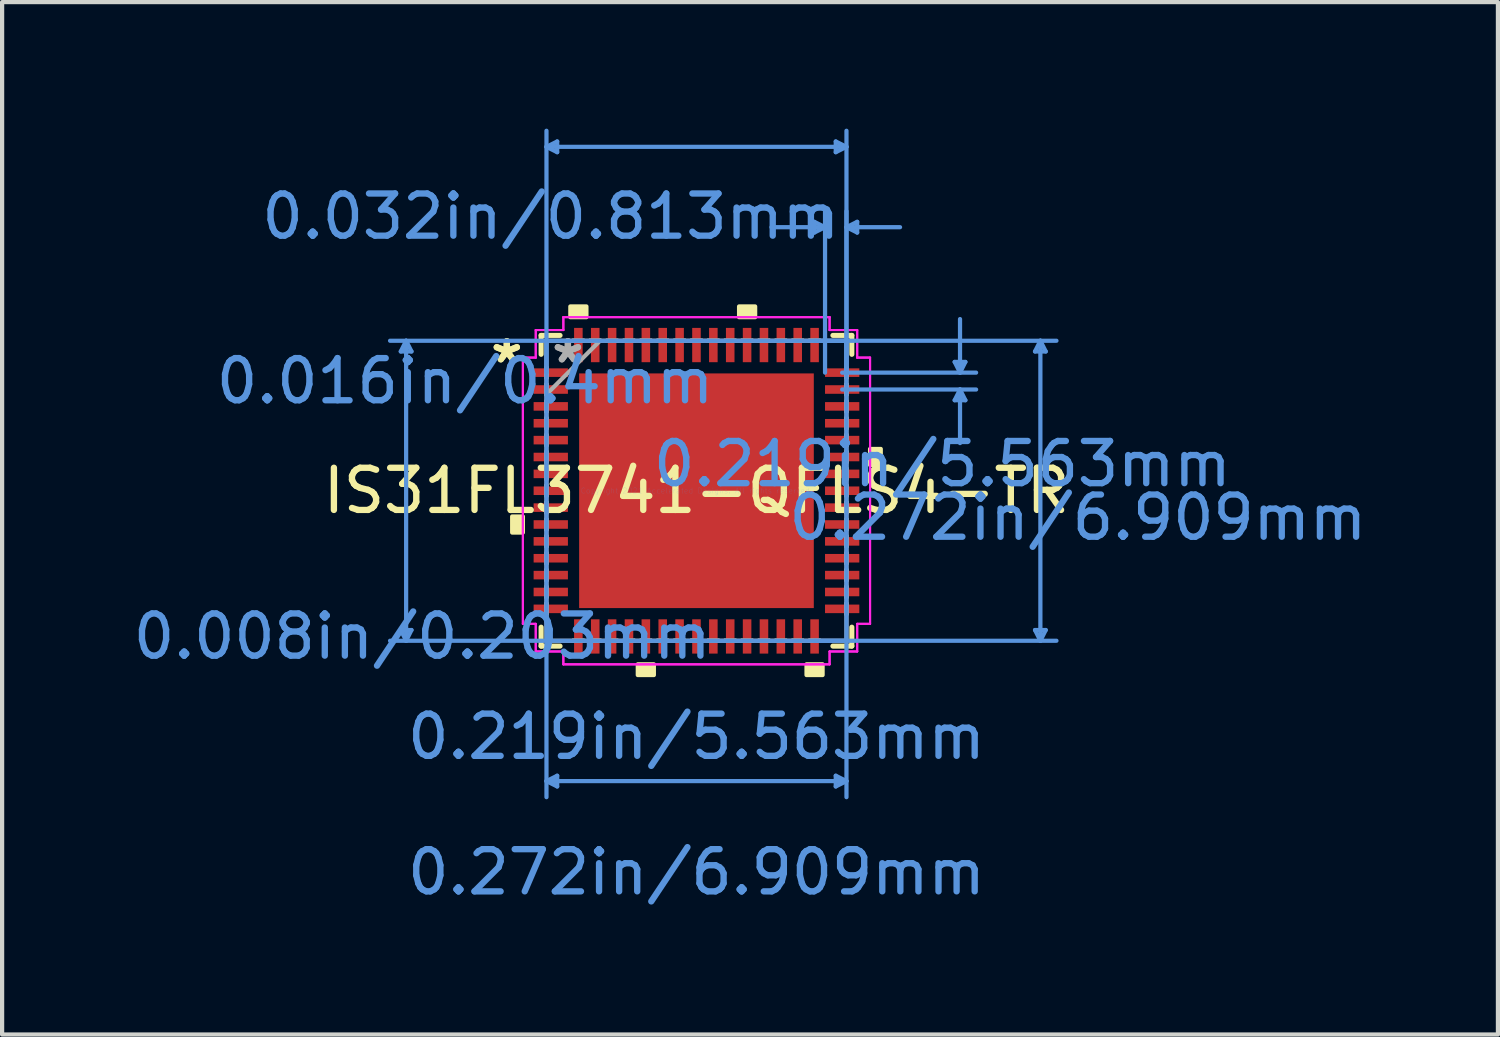
<source format=kicad_pcb>
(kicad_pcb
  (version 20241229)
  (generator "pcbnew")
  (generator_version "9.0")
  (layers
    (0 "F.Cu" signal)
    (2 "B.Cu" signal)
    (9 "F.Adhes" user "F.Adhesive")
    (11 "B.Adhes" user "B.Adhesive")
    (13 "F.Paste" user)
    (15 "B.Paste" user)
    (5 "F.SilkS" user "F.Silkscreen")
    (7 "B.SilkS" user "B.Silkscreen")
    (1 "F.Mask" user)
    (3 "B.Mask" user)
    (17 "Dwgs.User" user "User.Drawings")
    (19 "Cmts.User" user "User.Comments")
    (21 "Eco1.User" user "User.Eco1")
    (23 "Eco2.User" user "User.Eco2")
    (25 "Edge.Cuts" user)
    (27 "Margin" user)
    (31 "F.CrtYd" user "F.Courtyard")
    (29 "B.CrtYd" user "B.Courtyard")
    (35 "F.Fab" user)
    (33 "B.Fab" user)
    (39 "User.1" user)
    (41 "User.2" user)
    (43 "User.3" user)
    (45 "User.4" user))
  (footprint "IS31FL3741-QFLS4-TR"
    (layer "F.Cu")
    (at 13.461 8.584)
    (property "Reference" "IS31FL3741-QFLS4-TR" (at 0 0 0) (layer "F.SilkS") (effects (font (size 1 1) (thickness 0.15))))
    (attr through_hole)
    (fp_line (start -3.683 -3.683) (end -3.683 -3.234) (stroke (width 0.12) (type solid)) (layer "F.SilkS"))
    (fp_line (start -3.683 3.234) (end -3.683 3.683) (stroke (width 0.12) (type solid)) (layer "F.SilkS"))
    (fp_line (start -3.683 3.683) (end -3.234 3.683) (stroke (width 0.12) (type solid)) (layer "F.SilkS"))
    (fp_line (start -3.234 -3.683) (end -3.683 -3.683) (stroke (width 0.12) (type solid)) (layer "F.SilkS"))
    (fp_line (start 3.234 3.683) (end 3.683 3.683) (stroke (width 0.12) (type solid)) (layer "F.SilkS"))
    (fp_line (start 3.683 -3.683) (end 3.234 -3.683) (stroke (width 0.12) (type solid)) (layer "F.SilkS"))
    (fp_line (start 3.683 -3.234) (end 3.683 -3.683) (stroke (width 0.12) (type solid)) (layer "F.SilkS"))
    (fp_line (start 3.683 3.683) (end 3.683 3.234) (stroke (width 0.12) (type solid)) (layer "F.SilkS"))
    (fp_poly (pts (xy -4.369 0.61) (xy -4.369 0.991) (xy -4.115 0.991) (xy -4.115 0.61)) (stroke (width 0.1) (type solid)) (fill yes) (layer "F.SilkS"))
    (fp_poly (pts (xy -2.99 -4.115) (xy -2.99 -4.369) (xy -2.609 -4.369) (xy -2.609 -4.115)) (stroke (width 0.1) (type solid)) (fill yes) (layer "F.SilkS"))
    (fp_poly (pts (xy -1.391 4.115) (xy -1.391 4.369) (xy -1.01 4.369) (xy -1.01 4.115)) (stroke (width 0.1) (type solid)) (fill yes) (layer "F.SilkS"))
    (fp_poly (pts (xy 1.01 -4.115) (xy 1.01 -4.369) (xy 1.391 -4.369) (xy 1.391 -4.115)) (stroke (width 0.1) (type solid)) (fill yes) (layer "F.SilkS"))
    (fp_poly (pts (xy 2.609 4.115) (xy 2.609 4.369) (xy 2.99 4.369) (xy 2.99 4.115)) (stroke (width 0.1) (type solid)) (fill yes) (layer "F.SilkS"))
    (fp_poly (pts (xy 4.369 -0.991) (xy 4.369 -0.61) (xy 4.115 -0.61) (xy 4.115 -0.991)) (stroke (width 0.1) (type solid)) (fill yes) (layer "F.SilkS"))
    (fp_poly (pts (xy -2.681 -2.681) (xy -2.681 -1.491) (xy -1.491 -1.491) (xy -1.491 -2.681)) (stroke (width 0.1) (type solid)) (fill yes) (layer "F.Paste"))
    (fp_poly (pts (xy -2.681 -1.291) (xy -2.681 -0.1) (xy -1.491 -0.1) (xy -1.491 -1.291)) (stroke (width 0.1) (type solid)) (fill yes) (layer "F.Paste"))
    (fp_poly (pts (xy -2.681 0.1) (xy -2.681 1.291) (xy -1.491 1.291) (xy -1.491 0.1)) (stroke (width 0.1) (type solid)) (fill yes) (layer "F.Paste"))
    (fp_poly (pts (xy -2.681 1.491) (xy -2.681 2.681) (xy -1.491 2.681) (xy -1.491 1.491)) (stroke (width 0.1) (type solid)) (fill yes) (layer "F.Paste"))
    (fp_poly (pts (xy -1.291 -2.681) (xy -1.291 -1.491) (xy -0.1 -1.491) (xy -0.1 -2.681)) (stroke (width 0.1) (type solid)) (fill yes) (layer "F.Paste"))
    (fp_poly (pts (xy -1.291 -1.291) (xy -1.291 -0.1) (xy -0.1 -0.1) (xy -0.1 -1.291)) (stroke (width 0.1) (type solid)) (fill yes) (layer "F.Paste"))
    (fp_poly (pts (xy -1.291 0.1) (xy -1.291 1.291) (xy -0.1 1.291) (xy -0.1 0.1)) (stroke (width 0.1) (type solid)) (fill yes) (layer "F.Paste"))
    (fp_poly (pts (xy -1.291 1.491) (xy -1.291 2.681) (xy -0.1 2.681) (xy -0.1 1.491)) (stroke (width 0.1) (type solid)) (fill yes) (layer "F.Paste"))
    (fp_poly (pts (xy 0.1 -2.681) (xy 0.1 -1.491) (xy 1.291 -1.491) (xy 1.291 -2.681)) (stroke (width 0.1) (type solid)) (fill yes) (layer "F.Paste"))
    (fp_poly (pts (xy 0.1 -1.291) (xy 0.1 -0.1) (xy 1.291 -0.1) (xy 1.291 -1.291)) (stroke (width 0.1) (type solid)) (fill yes) (layer "F.Paste"))
    (fp_poly (pts (xy 0.1 0.1) (xy 0.1 1.291) (xy 1.291 1.291) (xy 1.291 0.1)) (stroke (width 0.1) (type solid)) (fill yes) (layer "F.Paste"))
    (fp_poly (pts (xy 0.1 1.491) (xy 0.1 2.681) (xy 1.291 2.681) (xy 1.291 1.491)) (stroke (width 0.1) (type solid)) (fill yes) (layer "F.Paste"))
    (fp_poly (pts (xy 1.491 -2.681) (xy 1.491 -1.491) (xy 2.681 -1.491) (xy 2.681 -2.681)) (stroke (width 0.1) (type solid)) (fill yes) (layer "F.Paste"))
    (fp_poly (pts (xy 1.491 -1.291) (xy 1.491 -0.1) (xy 2.681 -0.1) (xy 2.681 -1.291)) (stroke (width 0.1) (type solid)) (fill yes) (layer "F.Paste"))
    (fp_poly (pts (xy 1.491 0.1) (xy 1.491 1.291) (xy 2.681 1.291) (xy 2.681 0.1)) (stroke (width 0.1) (type solid)) (fill yes) (layer "F.Paste"))
    (fp_poly (pts (xy 1.491 1.491) (xy 1.491 2.681) (xy 2.681 2.681) (xy 2.681 1.491)) (stroke (width 0.1) (type solid)) (fill yes) (layer "F.Paste"))
    (fp_line (start -7.01 -3.302) (end -6.756 -3.302) (stroke (width 0.1) (type solid)) (layer "Cmts.User"))
    (fp_line (start -7.01 3.302) (end -6.756 3.302) (stroke (width 0.1) (type solid)) (layer "Cmts.User"))
    (fp_line (start -6.883 -3.556) (end -7.01 -3.302) (stroke (width 0.1) (type solid)) (layer "Cmts.User"))
    (fp_line (start -6.883 -3.556) (end -6.883 3.556) (stroke (width 0.1) (type solid)) (layer "Cmts.User"))
    (fp_line (start -6.883 -3.556) (end -6.756 -3.302) (stroke (width 0.1) (type solid)) (layer "Cmts.User"))
    (fp_line (start -6.883 3.556) (end -7.01 3.302) (stroke (width 0.1) (type solid)) (layer "Cmts.User"))
    (fp_line (start -6.883 3.556) (end -6.756 3.302) (stroke (width 0.1) (type solid)) (layer "Cmts.User"))
    (fp_line (start -3.556 -8.153) (end -3.302 -8.28) (stroke (width 0.1) (type solid)) (layer "Cmts.User"))
    (fp_line (start -3.556 -8.153) (end -3.302 -8.026) (stroke (width 0.1) (type solid)) (layer "Cmts.User"))
    (fp_line (start -3.556 -8.153) (end 3.556 -8.153) (stroke (width 0.1) (type solid)) (layer "Cmts.User"))
    (fp_line (start -3.556 -3.556) (end -3.556 7.264) (stroke (width 0.1) (type solid)) (layer "Cmts.User"))
    (fp_line (start -3.556 -2.8) (end -3.556 -8.534) (stroke (width 0.1) (type solid)) (layer "Cmts.User"))
    (fp_line (start -3.556 6.883) (end -3.302 6.756) (stroke (width 0.1) (type solid)) (layer "Cmts.User"))
    (fp_line (start -3.556 6.883) (end -3.302 7.01) (stroke (width 0.1) (type solid)) (layer "Cmts.User"))
    (fp_line (start -3.556 6.883) (end 3.556 6.883) (stroke (width 0.1) (type solid)) (layer "Cmts.User"))
    (fp_line (start -3.302 -8.28) (end -3.302 -8.026) (stroke (width 0.1) (type solid)) (layer "Cmts.User"))
    (fp_line (start -3.302 6.756) (end -3.302 7.01) (stroke (width 0.1) (type solid)) (layer "Cmts.User"))
    (fp_line (start 2.794 -6.375) (end 2.794 -6.121) (stroke (width 0.1) (type solid)) (layer "Cmts.User"))
    (fp_line (start 2.8 -3.556) (end 8.534 -3.556) (stroke (width 0.1) (type solid)) (layer "Cmts.User"))
    (fp_line (start 2.8 3.556) (end 8.534 3.556) (stroke (width 0.1) (type solid)) (layer "Cmts.User"))
    (fp_line (start 3.048 -6.248) (end 1.778 -6.248) (stroke (width 0.1) (type solid)) (layer "Cmts.User"))
    (fp_line (start 3.048 -6.248) (end 2.794 -6.375) (stroke (width 0.1) (type solid)) (layer "Cmts.User"))
    (fp_line (start 3.048 -6.248) (end 2.794 -6.121) (stroke (width 0.1) (type solid)) (layer "Cmts.User"))
    (fp_line (start 3.048 -2.8) (end 3.048 -6.629) (stroke (width 0.1) (type solid)) (layer "Cmts.User"))
    (fp_line (start 3.302 -8.28) (end 3.302 -8.026) (stroke (width 0.1) (type solid)) (layer "Cmts.User"))
    (fp_line (start 3.302 6.756) (end 3.302 7.01) (stroke (width 0.1) (type solid)) (layer "Cmts.User"))
    (fp_line (start 3.454 -2.8) (end 6.629 -2.8) (stroke (width 0.1) (type solid)) (layer "Cmts.User"))
    (fp_line (start 3.454 -2.4) (end 6.629 -2.4) (stroke (width 0.1) (type solid)) (layer "Cmts.User"))
    (fp_line (start 3.556 -8.153) (end 3.302 -8.28) (stroke (width 0.1) (type solid)) (layer "Cmts.User"))
    (fp_line (start 3.556 -8.153) (end 3.302 -8.026) (stroke (width 0.1) (type solid)) (layer "Cmts.User"))
    (fp_line (start 3.556 -6.248) (end 3.81 -6.375) (stroke (width 0.1) (type solid)) (layer "Cmts.User"))
    (fp_line (start 3.556 -6.248) (end 3.81 -6.121) (stroke (width 0.1) (type solid)) (layer "Cmts.User"))
    (fp_line (start 3.556 -6.248) (end 4.826 -6.248) (stroke (width 0.1) (type solid)) (layer "Cmts.User"))
    (fp_line (start 3.556 -3.556) (end -7.264 -3.556) (stroke (width 0.1) (type solid)) (layer "Cmts.User"))
    (fp_line (start 3.556 -3.556) (end 3.556 7.264) (stroke (width 0.1) (type solid)) (layer "Cmts.User"))
    (fp_line (start 3.556 -2.8) (end 3.556 -8.534) (stroke (width 0.1) (type solid)) (layer "Cmts.User"))
    (fp_line (start 3.556 -2.8) (end 3.556 -6.629) (stroke (width 0.1) (type solid)) (layer "Cmts.User"))
    (fp_line (start 3.556 3.556) (end -7.264 3.556) (stroke (width 0.1) (type solid)) (layer "Cmts.User"))
    (fp_line (start 3.556 6.883) (end 3.302 6.756) (stroke (width 0.1) (type solid)) (layer "Cmts.User"))
    (fp_line (start 3.556 6.883) (end 3.302 7.01) (stroke (width 0.1) (type solid)) (layer "Cmts.User"))
    (fp_line (start 3.81 -6.375) (end 3.81 -6.121) (stroke (width 0.1) (type solid)) (layer "Cmts.User"))
    (fp_line (start 6.121 -3.054) (end 6.375 -3.054) (stroke (width 0.1) (type solid)) (layer "Cmts.User"))
    (fp_line (start 6.121 -2.146) (end 6.375 -2.146) (stroke (width 0.1) (type solid)) (layer "Cmts.User"))
    (fp_line (start 6.248 -2.8) (end 6.121 -3.054) (stroke (width 0.1) (type solid)) (layer "Cmts.User"))
    (fp_line (start 6.248 -2.8) (end 6.248 -4.07) (stroke (width 0.1) (type solid)) (layer "Cmts.User"))
    (fp_line (start 6.248 -2.8) (end 6.375 -3.054) (stroke (width 0.1) (type solid)) (layer "Cmts.User"))
    (fp_line (start 6.248 -2.4) (end 6.121 -2.146) (stroke (width 0.1) (type solid)) (layer "Cmts.User"))
    (fp_line (start 6.248 -2.4) (end 6.248 -1.13) (stroke (width 0.1) (type solid)) (layer "Cmts.User"))
    (fp_line (start 6.248 -2.4) (end 6.375 -2.146) (stroke (width 0.1) (type solid)) (layer "Cmts.User"))
    (fp_line (start 8.026 -3.302) (end 8.28 -3.302) (stroke (width 0.1) (type solid)) (layer "Cmts.User"))
    (fp_line (start 8.026 3.302) (end 8.28 3.302) (stroke (width 0.1) (type solid)) (layer "Cmts.User"))
    (fp_line (start 8.153 -3.556) (end 8.026 -3.302) (stroke (width 0.1) (type solid)) (layer "Cmts.User"))
    (fp_line (start 8.153 -3.556) (end 8.153 3.556) (stroke (width 0.1) (type solid)) (layer "Cmts.User"))
    (fp_line (start 8.153 -3.556) (end 8.28 -3.302) (stroke (width 0.1) (type solid)) (layer "Cmts.User"))
    (fp_line (start 8.153 3.556) (end 8.026 3.302) (stroke (width 0.1) (type solid)) (layer "Cmts.User"))
    (fp_line (start 8.153 3.556) (end 8.28 3.302) (stroke (width 0.1) (type solid)) (layer "Cmts.User"))
    (fp_line (start -4.115 -3.156) (end -3.81 -3.156) (stroke (width 0.05) (type solid)) (layer "F.CrtYd"))
    (fp_line (start -4.115 -3.156) (end -3.81 -3.156) (stroke (width 0.05) (type solid)) (layer "F.CrtYd"))
    (fp_line (start -4.115 3.156) (end -4.115 -3.156) (stroke (width 0.05) (type solid)) (layer "F.CrtYd"))
    (fp_line (start -4.115 3.156) (end -4.115 -3.156) (stroke (width 0.05) (type solid)) (layer "F.CrtYd"))
    (fp_line (start -3.81 -3.81) (end -3.156 -3.81) (stroke (width 0.05) (type solid)) (layer "F.CrtYd"))
    (fp_line (start -3.81 -3.81) (end -3.156 -3.81) (stroke (width 0.05) (type solid)) (layer "F.CrtYd"))
    (fp_line (start -3.81 -3.156) (end -3.81 -3.81) (stroke (width 0.05) (type solid)) (layer "F.CrtYd"))
    (fp_line (start -3.81 -3.156) (end -3.81 -3.81) (stroke (width 0.05) (type solid)) (layer "F.CrtYd"))
    (fp_line (start -3.81 3.156) (end -4.115 3.156) (stroke (width 0.05) (type solid)) (layer "F.CrtYd"))
    (fp_line (start -3.81 3.156) (end -4.115 3.156) (stroke (width 0.05) (type solid)) (layer "F.CrtYd"))
    (fp_line (start -3.81 3.81) (end -3.81 3.156) (stroke (width 0.05) (type solid)) (layer "F.CrtYd"))
    (fp_line (start -3.81 3.81) (end -3.81 3.156) (stroke (width 0.05) (type solid)) (layer "F.CrtYd"))
    (fp_line (start -3.156 -4.115) (end 3.156 -4.115) (stroke (width 0.05) (type solid)) (layer "F.CrtYd"))
    (fp_line (start -3.156 -4.115) (end 3.156 -4.115) (stroke (width 0.05) (type solid)) (layer "F.CrtYd"))
    (fp_line (start -3.156 -3.81) (end -3.156 -4.115) (stroke (width 0.05) (type solid)) (layer "F.CrtYd"))
    (fp_line (start -3.156 -3.81) (end -3.156 -4.115) (stroke (width 0.05) (type solid)) (layer "F.CrtYd"))
    (fp_line (start -3.156 3.81) (end -3.81 3.81) (stroke (width 0.05) (type solid)) (layer "F.CrtYd"))
    (fp_line (start -3.156 3.81) (end -3.81 3.81) (stroke (width 0.05) (type solid)) (layer "F.CrtYd"))
    (fp_line (start -3.156 4.115) (end -3.156 3.81) (stroke (width 0.05) (type solid)) (layer "F.CrtYd"))
    (fp_line (start -3.156 4.115) (end -3.156 3.81) (stroke (width 0.05) (type solid)) (layer "F.CrtYd"))
    (fp_line (start 3.156 -4.115) (end 3.156 -3.81) (stroke (width 0.05) (type solid)) (layer "F.CrtYd"))
    (fp_line (start 3.156 -4.115) (end 3.156 -3.81) (stroke (width 0.05) (type solid)) (layer "F.CrtYd"))
    (fp_line (start 3.156 -3.81) (end 3.81 -3.81) (stroke (width 0.05) (type solid)) (layer "F.CrtYd"))
    (fp_line (start 3.156 -3.81) (end 3.81 -3.81) (stroke (width 0.05) (type solid)) (layer "F.CrtYd"))
    (fp_line (start 3.156 3.81) (end 3.156 4.115) (stroke (width 0.05) (type solid)) (layer "F.CrtYd"))
    (fp_line (start 3.156 3.81) (end 3.156 4.115) (stroke (width 0.05) (type solid)) (layer "F.CrtYd"))
    (fp_line (start 3.156 4.115) (end -3.156 4.115) (stroke (width 0.05) (type solid)) (layer "F.CrtYd"))
    (fp_line (start 3.156 4.115) (end -3.156 4.115) (stroke (width 0.05) (type solid)) (layer "F.CrtYd"))
    (fp_line (start 3.81 -3.81) (end 3.81 -3.156) (stroke (width 0.05) (type solid)) (layer "F.CrtYd"))
    (fp_line (start 3.81 -3.81) (end 3.81 -3.156) (stroke (width 0.05) (type solid)) (layer "F.CrtYd"))
    (fp_line (start 3.81 -3.156) (end 4.115 -3.156) (stroke (width 0.05) (type solid)) (layer "F.CrtYd"))
    (fp_line (start 3.81 -3.156) (end 4.115 -3.156) (stroke (width 0.05) (type solid)) (layer "F.CrtYd"))
    (fp_line (start 3.81 3.156) (end 3.81 3.81) (stroke (width 0.05) (type solid)) (layer "F.CrtYd"))
    (fp_line (start 3.81 3.156) (end 3.81 3.81) (stroke (width 0.05) (type solid)) (layer "F.CrtYd"))
    (fp_line (start 3.81 3.81) (end 3.156 3.81) (stroke (width 0.05) (type solid)) (layer "F.CrtYd"))
    (fp_line (start 3.81 3.81) (end 3.156 3.81) (stroke (width 0.05) (type solid)) (layer "F.CrtYd"))
    (fp_line (start 4.115 -3.156) (end 4.115 3.156) (stroke (width 0.05) (type solid)) (layer "F.CrtYd"))
    (fp_line (start 4.115 -3.156) (end 4.115 3.156) (stroke (width 0.05) (type solid)) (layer "F.CrtYd"))
    (fp_line (start 4.115 3.156) (end 3.81 3.156) (stroke (width 0.05) (type solid)) (layer "F.CrtYd"))
    (fp_line (start 4.115 3.156) (end 3.81 3.156) (stroke (width 0.05) (type solid)) (layer "F.CrtYd"))
    (fp_line (start -3.556 -3.556) (end -3.556 -3.556) (stroke (width 0.1) (type solid)) (layer "F.Fab"))
    (fp_line (start -3.556 -3.556) (end -3.556 3.556) (stroke (width 0.1) (type solid)) (layer "F.Fab"))
    (fp_line (start -3.556 -2.927) (end -3.556 -2.927) (stroke (width 0.1) (type solid)) (layer "F.Fab"))
    (fp_line (start -3.556 -2.927) (end -3.556 -2.673) (stroke (width 0.1) (type solid)) (layer "F.Fab"))
    (fp_line (start -3.556 -2.673) (end -3.556 -2.927) (stroke (width 0.1) (type solid)) (layer "F.Fab"))
    (fp_line (start -3.556 -2.673) (end -3.556 -2.673) (stroke (width 0.1) (type solid)) (layer "F.Fab"))
    (fp_line (start -3.556 -2.527) (end -3.556 -2.527) (stroke (width 0.1) (type solid)) (layer "F.Fab"))
    (fp_line (start -3.556 -2.527) (end -3.556 -2.273) (stroke (width 0.1) (type solid)) (layer "F.Fab"))
    (fp_line (start -3.556 -2.286) (end -2.286 -3.556) (stroke (width 0.1) (type solid)) (layer "F.Fab"))
    (fp_line (start -3.556 -2.273) (end -3.556 -2.527) (stroke (width 0.1) (type solid)) (layer "F.Fab"))
    (fp_line (start -3.556 -2.273) (end -3.556 -2.273) (stroke (width 0.1) (type solid)) (layer "F.Fab"))
    (fp_line (start -3.556 -2.127) (end -3.556 -2.127) (stroke (width 0.1) (type solid)) (layer "F.Fab"))
    (fp_line (start -3.556 -2.127) (end -3.556 -1.873) (stroke (width 0.1) (type solid)) (layer "F.Fab"))
    (fp_line (start -3.556 -1.873) (end -3.556 -2.127) (stroke (width 0.1) (type solid)) (layer "F.Fab"))
    (fp_line (start -3.556 -1.873) (end -3.556 -1.873) (stroke (width 0.1) (type solid)) (layer "F.Fab"))
    (fp_line (start -3.556 -1.727) (end -3.556 -1.727) (stroke (width 0.1) (type solid)) (layer "F.Fab"))
    (fp_line (start -3.556 -1.727) (end -3.556 -1.473) (stroke (width 0.1) (type solid)) (layer "F.Fab"))
    (fp_line (start -3.556 -1.473) (end -3.556 -1.727) (stroke (width 0.1) (type solid)) (layer "F.Fab"))
    (fp_line (start -3.556 -1.473) (end -3.556 -1.473) (stroke (width 0.1) (type solid)) (layer "F.Fab"))
    (fp_line (start -3.556 -1.327) (end -3.556 -1.327) (stroke (width 0.1) (type solid)) (layer "F.Fab"))
    (fp_line (start -3.556 -1.327) (end -3.556 -1.073) (stroke (width 0.1) (type solid)) (layer "F.Fab"))
    (fp_line (start -3.556 -1.073) (end -3.556 -1.327) (stroke (width 0.1) (type solid)) (layer "F.Fab"))
    (fp_line (start -3.556 -1.073) (end -3.556 -1.073) (stroke (width 0.1) (type solid)) (layer "F.Fab"))
    (fp_line (start -3.556 -0.927) (end -3.556 -0.927) (stroke (width 0.1) (type solid)) (layer "F.Fab"))
    (fp_line (start -3.556 -0.927) (end -3.556 -0.673) (stroke (width 0.1) (type solid)) (layer "F.Fab"))
    (fp_line (start -3.556 -0.673) (end -3.556 -0.927) (stroke (width 0.1) (type solid)) (layer "F.Fab"))
    (fp_line (start -3.556 -0.673) (end -3.556 -0.673) (stroke (width 0.1) (type solid)) (layer "F.Fab"))
    (fp_line (start -3.556 -0.527) (end -3.556 -0.527) (stroke (width 0.1) (type solid)) (layer "F.Fab"))
    (fp_line (start -3.556 -0.527) (end -3.556 -0.273) (stroke (width 0.1) (type solid)) (layer "F.Fab"))
    (fp_line (start -3.556 -0.273) (end -3.556 -0.527) (stroke (width 0.1) (type solid)) (layer "F.Fab"))
    (fp_line (start -3.556 -0.273) (end -3.556 -0.273) (stroke (width 0.1) (type solid)) (layer "F.Fab"))
    (fp_line (start -3.556 -0.127) (end -3.556 -0.127) (stroke (width 0.1) (type solid)) (layer "F.Fab"))
    (fp_line (start -3.556 -0.127) (end -3.556 0.127) (stroke (width 0.1) (type solid)) (layer "F.Fab"))
    (fp_line (start -3.556 0.127) (end -3.556 -0.127) (stroke (width 0.1) (type solid)) (layer "F.Fab"))
    (fp_line (start -3.556 0.127) (end -3.556 0.127) (stroke (width 0.1) (type solid)) (layer "F.Fab"))
    (fp_line (start -3.556 0.273) (end -3.556 0.273) (stroke (width 0.1) (type solid)) (layer "F.Fab"))
    (fp_line (start -3.556 0.273) (end -3.556 0.527) (stroke (width 0.1) (type solid)) (layer "F.Fab"))
    (fp_line (start -3.556 0.527) (end -3.556 0.273) (stroke (width 0.1) (type solid)) (layer "F.Fab"))
    (fp_line (start -3.556 0.527) (end -3.556 0.527) (stroke (width 0.1) (type solid)) (layer "F.Fab"))
    (fp_line (start -3.556 0.673) (end -3.556 0.673) (stroke (width 0.1) (type solid)) (layer "F.Fab"))
    (fp_line (start -3.556 0.673) (end -3.556 0.927) (stroke (width 0.1) (type solid)) (layer "F.Fab"))
    (fp_line (start -3.556 0.927) (end -3.556 0.673) (stroke (width 0.1) (type solid)) (layer "F.Fab"))
    (fp_line (start -3.556 0.927) (end -3.556 0.927) (stroke (width 0.1) (type solid)) (layer "F.Fab"))
    (fp_line (start -3.556 1.073) (end -3.556 1.073) (stroke (width 0.1) (type solid)) (layer "F.Fab"))
    (fp_line (start -3.556 1.073) (end -3.556 1.327) (stroke (width 0.1) (type solid)) (layer "F.Fab"))
    (fp_line (start -3.556 1.327) (end -3.556 1.073) (stroke (width 0.1) (type solid)) (layer "F.Fab"))
    (fp_line (start -3.556 1.327) (end -3.556 1.327) (stroke (width 0.1) (type solid)) (layer "F.Fab"))
    (fp_line (start -3.556 1.473) (end -3.556 1.473) (stroke (width 0.1) (type solid)) (layer "F.Fab"))
    (fp_line (start -3.556 1.473) (end -3.556 1.727) (stroke (width 0.1) (type solid)) (layer "F.Fab"))
    (fp_line (start -3.556 1.727) (end -3.556 1.473) (stroke (width 0.1) (type solid)) (layer "F.Fab"))
    (fp_line (start -3.556 1.727) (end -3.556 1.727) (stroke (width 0.1) (type solid)) (layer "F.Fab"))
    (fp_line (start -3.556 1.873) (end -3.556 1.873) (stroke (width 0.1) (type solid)) (layer "F.Fab"))
    (fp_line (start -3.556 1.873) (end -3.556 2.127) (stroke (width 0.1) (type solid)) (layer "F.Fab"))
    (fp_line (start -3.556 2.127) (end -3.556 1.873) (stroke (width 0.1) (type solid)) (layer "F.Fab"))
    (fp_line (start -3.556 2.127) (end -3.556 2.127) (stroke (width 0.1) (type solid)) (layer "F.Fab"))
    (fp_line (start -3.556 2.273) (end -3.556 2.273) (stroke (width 0.1) (type solid)) (layer "F.Fab"))
    (fp_line (start -3.556 2.273) (end -3.556 2.527) (stroke (width 0.1) (type solid)) (layer "F.Fab"))
    (fp_line (start -3.556 2.527) (end -3.556 2.273) (stroke (width 0.1) (type solid)) (layer "F.Fab"))
    (fp_line (start -3.556 2.527) (end -3.556 2.527) (stroke (width 0.1) (type solid)) (layer "F.Fab"))
    (fp_line (start -3.556 2.673) (end -3.556 2.673) (stroke (width 0.1) (type solid)) (layer "F.Fab"))
    (fp_line (start -3.556 2.673) (end -3.556 2.927) (stroke (width 0.1) (type solid)) (layer "F.Fab"))
    (fp_line (start -3.556 2.927) (end -3.556 2.673) (stroke (width 0.1) (type solid)) (layer "F.Fab"))
    (fp_line (start -3.556 2.927) (end -3.556 2.927) (stroke (width 0.1) (type solid)) (layer "F.Fab"))
    (fp_line (start -3.556 3.556) (end -3.556 3.556) (stroke (width 0.1) (type solid)) (layer "F.Fab"))
    (fp_line (start -3.556 3.556) (end 3.556 3.556) (stroke (width 0.1) (type solid)) (layer "F.Fab"))
    (fp_line (start -2.927 -3.556) (end -2.927 -3.556) (stroke (width 0.1) (type solid)) (layer "F.Fab"))
    (fp_line (start -2.927 -3.556) (end -2.673 -3.556) (stroke (width 0.1) (type solid)) (layer "F.Fab"))
    (fp_line (start -2.927 3.556) (end -2.927 3.556) (stroke (width 0.1) (type solid)) (layer "F.Fab"))
    (fp_line (start -2.927 3.556) (end -2.673 3.556) (stroke (width 0.1) (type solid)) (layer "F.Fab"))
    (fp_line (start -2.673 -3.556) (end -2.927 -3.556) (stroke (width 0.1) (type solid)) (layer "F.Fab"))
    (fp_line (start -2.673 -3.556) (end -2.673 -3.556) (stroke (width 0.1) (type solid)) (layer "F.Fab"))
    (fp_line (start -2.673 3.556) (end -2.927 3.556) (stroke (width 0.1) (type solid)) (layer "F.Fab"))
    (fp_line (start -2.673 3.556) (end -2.673 3.556) (stroke (width 0.1) (type solid)) (layer "F.Fab"))
    (fp_line (start -2.527 -3.556) (end -2.527 -3.556) (stroke (width 0.1) (type solid)) (layer "F.Fab"))
    (fp_line (start -2.527 -3.556) (end -2.273 -3.556) (stroke (width 0.1) (type solid)) (layer "F.Fab"))
    (fp_line (start -2.527 3.556) (end -2.527 3.556) (stroke (width 0.1) (type solid)) (layer "F.Fab"))
    (fp_line (start -2.527 3.556) (end -2.273 3.556) (stroke (width 0.1) (type solid)) (layer "F.Fab"))
    (fp_line (start -2.273 -3.556) (end -2.527 -3.556) (stroke (width 0.1) (type solid)) (layer "F.Fab"))
    (fp_line (start -2.273 -3.556) (end -2.273 -3.556) (stroke (width 0.1) (type solid)) (layer "F.Fab"))
    (fp_line (start -2.273 3.556) (end -2.527 3.556) (stroke (width 0.1) (type solid)) (layer "F.Fab"))
    (fp_line (start -2.273 3.556) (end -2.273 3.556) (stroke (width 0.1) (type solid)) (layer "F.Fab"))
    (fp_line (start -2.127 -3.556) (end -2.127 -3.556) (stroke (width 0.1) (type solid)) (layer "F.Fab"))
    (fp_line (start -2.127 -3.556) (end -1.873 -3.556) (stroke (width 0.1) (type solid)) (layer "F.Fab"))
    (fp_line (start -2.127 3.556) (end -2.127 3.556) (stroke (width 0.1) (type solid)) (layer "F.Fab"))
    (fp_line (start -2.127 3.556) (end -1.873 3.556) (stroke (width 0.1) (type solid)) (layer "F.Fab"))
    (fp_line (start -1.873 -3.556) (end -2.127 -3.556) (stroke (width 0.1) (type solid)) (layer "F.Fab"))
    (fp_line (start -1.873 -3.556) (end -1.873 -3.556) (stroke (width 0.1) (type solid)) (layer "F.Fab"))
    (fp_line (start -1.873 3.556) (end -2.127 3.556) (stroke (width 0.1) (type solid)) (layer "F.Fab"))
    (fp_line (start -1.873 3.556) (end -1.873 3.556) (stroke (width 0.1) (type solid)) (layer "F.Fab"))
    (fp_line (start -1.727 -3.556) (end -1.727 -3.556) (stroke (width 0.1) (type solid)) (layer "F.Fab"))
    (fp_line (start -1.727 -3.556) (end -1.473 -3.556) (stroke (width 0.1) (type solid)) (layer "F.Fab"))
    (fp_line (start -1.727 3.556) (end -1.727 3.556) (stroke (width 0.1) (type solid)) (layer "F.Fab"))
    (fp_line (start -1.727 3.556) (end -1.473 3.556) (stroke (width 0.1) (type solid)) (layer "F.Fab"))
    (fp_line (start -1.473 -3.556) (end -1.727 -3.556) (stroke (width 0.1) (type solid)) (layer "F.Fab"))
    (fp_line (start -1.473 -3.556) (end -1.473 -3.556) (stroke (width 0.1) (type solid)) (layer "F.Fab"))
    (fp_line (start -1.473 3.556) (end -1.727 3.556) (stroke (width 0.1) (type solid)) (layer "F.Fab"))
    (fp_line (start -1.473 3.556) (end -1.473 3.556) (stroke (width 0.1) (type solid)) (layer "F.Fab"))
    (fp_line (start -1.327 -3.556) (end -1.327 -3.556) (stroke (width 0.1) (type solid)) (layer "F.Fab"))
    (fp_line (start -1.327 -3.556) (end -1.073 -3.556) (stroke (width 0.1) (type solid)) (layer "F.Fab"))
    (fp_line (start -1.327 3.556) (end -1.327 3.556) (stroke (width 0.1) (type solid)) (layer "F.Fab"))
    (fp_line (start -1.327 3.556) (end -1.073 3.556) (stroke (width 0.1) (type solid)) (layer "F.Fab"))
    (fp_line (start -1.073 -3.556) (end -1.327 -3.556) (stroke (width 0.1) (type solid)) (layer "F.Fab"))
    (fp_line (start -1.073 -3.556) (end -1.073 -3.556) (stroke (width 0.1) (type solid)) (layer "F.Fab"))
    (fp_line (start -1.073 3.556) (end -1.327 3.556) (stroke (width 0.1) (type solid)) (layer "F.Fab"))
    (fp_line (start -1.073 3.556) (end -1.073 3.556) (stroke (width 0.1) (type solid)) (layer "F.Fab"))
    (fp_line (start -0.927 -3.556) (end -0.927 -3.556) (stroke (width 0.1) (type solid)) (layer "F.Fab"))
    (fp_line (start -0.927 -3.556) (end -0.673 -3.556) (stroke (width 0.1) (type solid)) (layer "F.Fab"))
    (fp_line (start -0.927 3.556) (end -0.927 3.556) (stroke (width 0.1) (type solid)) (layer "F.Fab"))
    (fp_line (start -0.927 3.556) (end -0.673 3.556) (stroke (width 0.1) (type solid)) (layer "F.Fab"))
    (fp_line (start -0.673 -3.556) (end -0.927 -3.556) (stroke (width 0.1) (type solid)) (layer "F.Fab"))
    (fp_line (start -0.673 -3.556) (end -0.673 -3.556) (stroke (width 0.1) (type solid)) (layer "F.Fab"))
    (fp_line (start -0.673 3.556) (end -0.927 3.556) (stroke (width 0.1) (type solid)) (layer "F.Fab"))
    (fp_line (start -0.673 3.556) (end -0.673 3.556) (stroke (width 0.1) (type solid)) (layer "F.Fab"))
    (fp_line (start -0.527 -3.556) (end -0.527 -3.556) (stroke (width 0.1) (type solid)) (layer "F.Fab"))
    (fp_line (start -0.527 -3.556) (end -0.273 -3.556) (stroke (width 0.1) (type solid)) (layer "F.Fab"))
    (fp_line (start -0.527 3.556) (end -0.527 3.556) (stroke (width 0.1) (type solid)) (layer "F.Fab"))
    (fp_line (start -0.527 3.556) (end -0.273 3.556) (stroke (width 0.1) (type solid)) (layer "F.Fab"))
    (fp_line (start -0.273 -3.556) (end -0.527 -3.556) (stroke (width 0.1) (type solid)) (layer "F.Fab"))
    (fp_line (start -0.273 -3.556) (end -0.273 -3.556) (stroke (width 0.1) (type solid)) (layer "F.Fab"))
    (fp_line (start -0.273 3.556) (end -0.527 3.556) (stroke (width 0.1) (type solid)) (layer "F.Fab"))
    (fp_line (start -0.273 3.556) (end -0.273 3.556) (stroke (width 0.1) (type solid)) (layer "F.Fab"))
    (fp_line (start -0.127 -3.556) (end -0.127 -3.556) (stroke (width 0.1) (type solid)) (layer "F.Fab"))
    (fp_line (start -0.127 -3.556) (end 0.127 -3.556) (stroke (width 0.1) (type solid)) (layer "F.Fab"))
    (fp_line (start -0.127 3.556) (end -0.127 3.556) (stroke (width 0.1) (type solid)) (layer "F.Fab"))
    (fp_line (start -0.127 3.556) (end 0.127 3.556) (stroke (width 0.1) (type solid)) (layer "F.Fab"))
    (fp_line (start 0.127 -3.556) (end -0.127 -3.556) (stroke (width 0.1) (type solid)) (layer "F.Fab"))
    (fp_line (start 0.127 -3.556) (end 0.127 -3.556) (stroke (width 0.1) (type solid)) (layer "F.Fab"))
    (fp_line (start 0.127 3.556) (end -0.127 3.556) (stroke (width 0.1) (type solid)) (layer "F.Fab"))
    (fp_line (start 0.127 3.556) (end 0.127 3.556) (stroke (width 0.1) (type solid)) (layer "F.Fab"))
    (fp_line (start 0.273 -3.556) (end 0.273 -3.556) (stroke (width 0.1) (type solid)) (layer "F.Fab"))
    (fp_line (start 0.273 -3.556) (end 0.527 -3.556) (stroke (width 0.1) (type solid)) (layer "F.Fab"))
    (fp_line (start 0.273 3.556) (end 0.273 3.556) (stroke (width 0.1) (type solid)) (layer "F.Fab"))
    (fp_line (start 0.273 3.556) (end 0.527 3.556) (stroke (width 0.1) (type solid)) (layer "F.Fab"))
    (fp_line (start 0.527 -3.556) (end 0.273 -3.556) (stroke (width 0.1) (type solid)) (layer "F.Fab"))
    (fp_line (start 0.527 -3.556) (end 0.527 -3.556) (stroke (width 0.1) (type solid)) (layer "F.Fab"))
    (fp_line (start 0.527 3.556) (end 0.273 3.556) (stroke (width 0.1) (type solid)) (layer "F.Fab"))
    (fp_line (start 0.527 3.556) (end 0.527 3.556) (stroke (width 0.1) (type solid)) (layer "F.Fab"))
    (fp_line (start 0.673 -3.556) (end 0.673 -3.556) (stroke (width 0.1) (type solid)) (layer "F.Fab"))
    (fp_line (start 0.673 -3.556) (end 0.927 -3.556) (stroke (width 0.1) (type solid)) (layer "F.Fab"))
    (fp_line (start 0.673 3.556) (end 0.673 3.556) (stroke (width 0.1) (type solid)) (layer "F.Fab"))
    (fp_line (start 0.673 3.556) (end 0.927 3.556) (stroke (width 0.1) (type solid)) (layer "F.Fab"))
    (fp_line (start 0.927 -3.556) (end 0.673 -3.556) (stroke (width 0.1) (type solid)) (layer "F.Fab"))
    (fp_line (start 0.927 -3.556) (end 0.927 -3.556) (stroke (width 0.1) (type solid)) (layer "F.Fab"))
    (fp_line (start 0.927 3.556) (end 0.673 3.556) (stroke (width 0.1) (type solid)) (layer "F.Fab"))
    (fp_line (start 0.927 3.556) (end 0.927 3.556) (stroke (width 0.1) (type solid)) (layer "F.Fab"))
    (fp_line (start 1.073 -3.556) (end 1.073 -3.556) (stroke (width 0.1) (type solid)) (layer "F.Fab"))
    (fp_line (start 1.073 -3.556) (end 1.327 -3.556) (stroke (width 0.1) (type solid)) (layer "F.Fab"))
    (fp_line (start 1.073 3.556) (end 1.073 3.556) (stroke (width 0.1) (type solid)) (layer "F.Fab"))
    (fp_line (start 1.073 3.556) (end 1.327 3.556) (stroke (width 0.1) (type solid)) (layer "F.Fab"))
    (fp_line (start 1.327 -3.556) (end 1.073 -3.556) (stroke (width 0.1) (type solid)) (layer "F.Fab"))
    (fp_line (start 1.327 -3.556) (end 1.327 -3.556) (stroke (width 0.1) (type solid)) (layer "F.Fab"))
    (fp_line (start 1.327 3.556) (end 1.073 3.556) (stroke (width 0.1) (type solid)) (layer "F.Fab"))
    (fp_line (start 1.327 3.556) (end 1.327 3.556) (stroke (width 0.1) (type solid)) (layer "F.Fab"))
    (fp_line (start 1.473 -3.556) (end 1.473 -3.556) (stroke (width 0.1) (type solid)) (layer "F.Fab"))
    (fp_line (start 1.473 -3.556) (end 1.727 -3.556) (stroke (width 0.1) (type solid)) (layer "F.Fab"))
    (fp_line (start 1.473 3.556) (end 1.473 3.556) (stroke (width 0.1) (type solid)) (layer "F.Fab"))
    (fp_line (start 1.473 3.556) (end 1.727 3.556) (stroke (width 0.1) (type solid)) (layer "F.Fab"))
    (fp_line (start 1.727 -3.556) (end 1.473 -3.556) (stroke (width 0.1) (type solid)) (layer "F.Fab"))
    (fp_line (start 1.727 -3.556) (end 1.727 -3.556) (stroke (width 0.1) (type solid)) (layer "F.Fab"))
    (fp_line (start 1.727 3.556) (end 1.473 3.556) (stroke (width 0.1) (type solid)) (layer "F.Fab"))
    (fp_line (start 1.727 3.556) (end 1.727 3.556) (stroke (width 0.1) (type solid)) (layer "F.Fab"))
    (fp_line (start 1.873 -3.556) (end 1.873 -3.556) (stroke (width 0.1) (type solid)) (layer "F.Fab"))
    (fp_line (start 1.873 -3.556) (end 2.127 -3.556) (stroke (width 0.1) (type solid)) (layer "F.Fab"))
    (fp_line (start 1.873 3.556) (end 1.873 3.556) (stroke (width 0.1) (type solid)) (layer "F.Fab"))
    (fp_line (start 1.873 3.556) (end 2.127 3.556) (stroke (width 0.1) (type solid)) (layer "F.Fab"))
    (fp_line (start 2.127 -3.556) (end 1.873 -3.556) (stroke (width 0.1) (type solid)) (layer "F.Fab"))
    (fp_line (start 2.127 -3.556) (end 2.127 -3.556) (stroke (width 0.1) (type solid)) (layer "F.Fab"))
    (fp_line (start 2.127 3.556) (end 1.873 3.556) (stroke (width 0.1) (type solid)) (layer "F.Fab"))
    (fp_line (start 2.127 3.556) (end 2.127 3.556) (stroke (width 0.1) (type solid)) (layer "F.Fab"))
    (fp_line (start 2.273 -3.556) (end 2.273 -3.556) (stroke (width 0.1) (type solid)) (layer "F.Fab"))
    (fp_line (start 2.273 -3.556) (end 2.527 -3.556) (stroke (width 0.1) (type solid)) (layer "F.Fab"))
    (fp_line (start 2.273 3.556) (end 2.273 3.556) (stroke (width 0.1) (type solid)) (layer "F.Fab"))
    (fp_line (start 2.273 3.556) (end 2.527 3.556) (stroke (width 0.1) (type solid)) (layer "F.Fab"))
    (fp_line (start 2.527 -3.556) (end 2.273 -3.556) (stroke (width 0.1) (type solid)) (layer "F.Fab"))
    (fp_line (start 2.527 -3.556) (end 2.527 -3.556) (stroke (width 0.1) (type solid)) (layer "F.Fab"))
    (fp_line (start 2.527 3.556) (end 2.273 3.556) (stroke (width 0.1) (type solid)) (layer "F.Fab"))
    (fp_line (start 2.527 3.556) (end 2.527 3.556) (stroke (width 0.1) (type solid)) (layer "F.Fab"))
    (fp_line (start 2.673 -3.556) (end 2.673 -3.556) (stroke (width 0.1) (type solid)) (layer "F.Fab"))
    (fp_line (start 2.673 -3.556) (end 2.927 -3.556) (stroke (width 0.1) (type solid)) (layer "F.Fab"))
    (fp_line (start 2.673 3.556) (end 2.673 3.556) (stroke (width 0.1) (type solid)) (layer "F.Fab"))
    (fp_line (start 2.673 3.556) (end 2.927 3.556) (stroke (width 0.1) (type solid)) (layer "F.Fab"))
    (fp_line (start 2.927 -3.556) (end 2.673 -3.556) (stroke (width 0.1) (type solid)) (layer "F.Fab"))
    (fp_line (start 2.927 -3.556) (end 2.927 -3.556) (stroke (width 0.1) (type solid)) (layer "F.Fab"))
    (fp_line (start 2.927 3.556) (end 2.673 3.556) (stroke (width 0.1) (type solid)) (layer "F.Fab"))
    (fp_line (start 2.927 3.556) (end 2.927 3.556) (stroke (width 0.1) (type solid)) (layer "F.Fab"))
    (fp_line (start 3.556 -3.556) (end -3.556 -3.556) (stroke (width 0.1) (type solid)) (layer "F.Fab"))
    (fp_line (start 3.556 -3.556) (end 3.556 -3.556) (stroke (width 0.1) (type solid)) (layer "F.Fab"))
    (fp_line (start 3.556 -2.927) (end 3.556 -2.927) (stroke (width 0.1) (type solid)) (layer "F.Fab"))
    (fp_line (start 3.556 -2.927) (end 3.556 -2.673) (stroke (width 0.1) (type solid)) (layer "F.Fab"))
    (fp_line (start 3.556 -2.673) (end 3.556 -2.927) (stroke (width 0.1) (type solid)) (layer "F.Fab"))
    (fp_line (start 3.556 -2.673) (end 3.556 -2.673) (stroke (width 0.1) (type solid)) (layer "F.Fab"))
    (fp_line (start 3.556 -2.527) (end 3.556 -2.527) (stroke (width 0.1) (type solid)) (layer "F.Fab"))
    (fp_line (start 3.556 -2.527) (end 3.556 -2.273) (stroke (width 0.1) (type solid)) (layer "F.Fab"))
    (fp_line (start 3.556 -2.273) (end 3.556 -2.527) (stroke (width 0.1) (type solid)) (layer "F.Fab"))
    (fp_line (start 3.556 -2.273) (end 3.556 -2.273) (stroke (width 0.1) (type solid)) (layer "F.Fab"))
    (fp_line (start 3.556 -2.127) (end 3.556 -2.127) (stroke (width 0.1) (type solid)) (layer "F.Fab"))
    (fp_line (start 3.556 -2.127) (end 3.556 -1.873) (stroke (width 0.1) (type solid)) (layer "F.Fab"))
    (fp_line (start 3.556 -1.873) (end 3.556 -2.127) (stroke (width 0.1) (type solid)) (layer "F.Fab"))
    (fp_line (start 3.556 -1.873) (end 3.556 -1.873) (stroke (width 0.1) (type solid)) (layer "F.Fab"))
    (fp_line (start 3.556 -1.727) (end 3.556 -1.727) (stroke (width 0.1) (type solid)) (layer "F.Fab"))
    (fp_line (start 3.556 -1.727) (end 3.556 -1.473) (stroke (width 0.1) (type solid)) (layer "F.Fab"))
    (fp_line (start 3.556 -1.473) (end 3.556 -1.727) (stroke (width 0.1) (type solid)) (layer "F.Fab"))
    (fp_line (start 3.556 -1.473) (end 3.556 -1.473) (stroke (width 0.1) (type solid)) (layer "F.Fab"))
    (fp_line (start 3.556 -1.327) (end 3.556 -1.327) (stroke (width 0.1) (type solid)) (layer "F.Fab"))
    (fp_line (start 3.556 -1.327) (end 3.556 -1.073) (stroke (width 0.1) (type solid)) (layer "F.Fab"))
    (fp_line (start 3.556 -1.073) (end 3.556 -1.327) (stroke (width 0.1) (type solid)) (layer "F.Fab"))
    (fp_line (start 3.556 -1.073) (end 3.556 -1.073) (stroke (width 0.1) (type solid)) (layer "F.Fab"))
    (fp_line (start 3.556 -0.927) (end 3.556 -0.927) (stroke (width 0.1) (type solid)) (layer "F.Fab"))
    (fp_line (start 3.556 -0.927) (end 3.556 -0.673) (stroke (width 0.1) (type solid)) (layer "F.Fab"))
    (fp_line (start 3.556 -0.673) (end 3.556 -0.927) (stroke (width 0.1) (type solid)) (layer "F.Fab"))
    (fp_line (start 3.556 -0.673) (end 3.556 -0.673) (stroke (width 0.1) (type solid)) (layer "F.Fab"))
    (fp_line (start 3.556 -0.527) (end 3.556 -0.527) (stroke (width 0.1) (type solid)) (layer "F.Fab"))
    (fp_line (start 3.556 -0.527) (end 3.556 -0.273) (stroke (width 0.1) (type solid)) (layer "F.Fab"))
    (fp_line (start 3.556 -0.273) (end 3.556 -0.527) (stroke (width 0.1) (type solid)) (layer "F.Fab"))
    (fp_line (start 3.556 -0.273) (end 3.556 -0.273) (stroke (width 0.1) (type solid)) (layer "F.Fab"))
    (fp_line (start 3.556 -0.127) (end 3.556 -0.127) (stroke (width 0.1) (type solid)) (layer "F.Fab"))
    (fp_line (start 3.556 -0.127) (end 3.556 0.127) (stroke (width 0.1) (type solid)) (layer "F.Fab"))
    (fp_line (start 3.556 0.127) (end 3.556 -0.127) (stroke (width 0.1) (type solid)) (layer "F.Fab"))
    (fp_line (start 3.556 0.127) (end 3.556 0.127) (stroke (width 0.1) (type solid)) (layer "F.Fab"))
    (fp_line (start 3.556 0.273) (end 3.556 0.273) (stroke (width 0.1) (type solid)) (layer "F.Fab"))
    (fp_line (start 3.556 0.273) (end 3.556 0.527) (stroke (width 0.1) (type solid)) (layer "F.Fab"))
    (fp_line (start 3.556 0.527) (end 3.556 0.273) (stroke (width 0.1) (type solid)) (layer "F.Fab"))
    (fp_line (start 3.556 0.527) (end 3.556 0.527) (stroke (width 0.1) (type solid)) (layer "F.Fab"))
    (fp_line (start 3.556 0.673) (end 3.556 0.673) (stroke (width 0.1) (type solid)) (layer "F.Fab"))
    (fp_line (start 3.556 0.673) (end 3.556 0.927) (stroke (width 0.1) (type solid)) (layer "F.Fab"))
    (fp_line (start 3.556 0.927) (end 3.556 0.673) (stroke (width 0.1) (type solid)) (layer "F.Fab"))
    (fp_line (start 3.556 0.927) (end 3.556 0.927) (stroke (width 0.1) (type solid)) (layer "F.Fab"))
    (fp_line (start 3.556 1.073) (end 3.556 1.073) (stroke (width 0.1) (type solid)) (layer "F.Fab"))
    (fp_line (start 3.556 1.073) (end 3.556 1.327) (stroke (width 0.1) (type solid)) (layer "F.Fab"))
    (fp_line (start 3.556 1.327) (end 3.556 1.073) (stroke (width 0.1) (type solid)) (layer "F.Fab"))
    (fp_line (start 3.556 1.327) (end 3.556 1.327) (stroke (width 0.1) (type solid)) (layer "F.Fab"))
    (fp_line (start 3.556 1.473) (end 3.556 1.473) (stroke (width 0.1) (type solid)) (layer "F.Fab"))
    (fp_line (start 3.556 1.473) (end 3.556 1.727) (stroke (width 0.1) (type solid)) (layer "F.Fab"))
    (fp_line (start 3.556 1.727) (end 3.556 1.473) (stroke (width 0.1) (type solid)) (layer "F.Fab"))
    (fp_line (start 3.556 1.727) (end 3.556 1.727) (stroke (width 0.1) (type solid)) (layer "F.Fab"))
    (fp_line (start 3.556 1.873) (end 3.556 1.873) (stroke (width 0.1) (type solid)) (layer "F.Fab"))
    (fp_line (start 3.556 1.873) (end 3.556 2.127) (stroke (width 0.1) (type solid)) (layer "F.Fab"))
    (fp_line (start 3.556 2.127) (end 3.556 1.873) (stroke (width 0.1) (type solid)) (layer "F.Fab"))
    (fp_line (start 3.556 2.127) (end 3.556 2.127) (stroke (width 0.1) (type solid)) (layer "F.Fab"))
    (fp_line (start 3.556 2.273) (end 3.556 2.273) (stroke (width 0.1) (type solid)) (layer "F.Fab"))
    (fp_line (start 3.556 2.273) (end 3.556 2.527) (stroke (width 0.1) (type solid)) (layer "F.Fab"))
    (fp_line (start 3.556 2.527) (end 3.556 2.273) (stroke (width 0.1) (type solid)) (layer "F.Fab"))
    (fp_line (start 3.556 2.527) (end 3.556 2.527) (stroke (width 0.1) (type solid)) (layer "F.Fab"))
    (fp_line (start 3.556 2.673) (end 3.556 2.673) (stroke (width 0.1) (type solid)) (layer "F.Fab"))
    (fp_line (start 3.556 2.673) (end 3.556 2.927) (stroke (width 0.1) (type solid)) (layer "F.Fab"))
    (fp_line (start 3.556 2.927) (end 3.556 2.673) (stroke (width 0.1) (type solid)) (layer "F.Fab"))
    (fp_line (start 3.556 2.927) (end 3.556 2.927) (stroke (width 0.1) (type solid)) (layer "F.Fab"))
    (fp_line (start 3.556 3.556) (end 3.556 -3.556) (stroke (width 0.1) (type solid)) (layer "F.Fab"))
    (fp_line (start 3.556 3.556) (end 3.556 3.556) (stroke (width 0.1) (type solid)) (layer "F.Fab"))
    (fp_text user "*" (at -4.496 -3 0) (layer "F.SilkS") (effects (font (size 1 1) (thickness 0.15))))
    (fp_text user "*" (at -4.496 -3 0) (layer "F.SilkS") (effects (font (size 1 1) (thickness 0.15))))
    (fp_text user "0.016in/0.4mm" (at -5.486 -2.6 0) (layer "Cmts.User") (effects (font (size 1 1) (thickness 0.15))))
    (fp_text user "0.272in/6.909mm" (at 0 9.042 0) (layer "Cmts.User") (effects (font (size 1 1) (thickness 0.15))))
    (fp_text user "0.008in/0.203mm" (at -6.502 3.454 0) (layer "Cmts.User") (effects (font (size 1 1) (thickness 0.15))))
    (fp_text user "0.219in/5.563mm" (at 0 5.829 0) (layer "Cmts.User") (effects (font (size 1 1) (thickness 0.15))))
    (fp_text user "0.219in/5.563mm" (at 5.829 -0.635 0) (layer "Cmts.User") (effects (font (size 1 1) (thickness 0.15))))
    (fp_text user "0.032in/0.813mm" (at -3.454 -6.502 0) (layer "Cmts.User") (effects (font (size 1 1) (thickness 0.15))))
    (fp_text user "Copyright 2021 Accelerated Designs. All rights reserved." (at 0 0 0) (layer "Cmts.User") (effects (font (size 0.127 0.127) (thickness 0.002))))
    (fp_text user "0.272in/6.909mm" (at 9.042 0.635 0) (layer "Cmts.User") (effects (font (size 1 1) (thickness 0.15))))
    (fp_text user "*" (at -3.048 -3 0) (layer "F.Fab") (effects (font (size 1 1) (thickness 0.15))))
    (fp_text user "*" (at -3.048 -3 0) (layer "F.Fab") (effects (font (size 1 1) (thickness 0.15))))
    (pad "1" smd rect (at -3.454 -2.8 90) (size 0.203 0.813) (layers "F.Cu" "F.Mask" "F.Paste"))
    (pad "2" smd rect (at -3.454 -2.4 90) (size 0.203 0.813) (layers "F.Cu" "F.Mask" "F.Paste"))
    (pad "3" smd rect (at -3.454 -2 90) (size 0.203 0.813) (layers "F.Cu" "F.Mask" "F.Paste"))
    (pad "4" smd rect (at -3.454 -1.6 90) (size 0.203 0.813) (layers "F.Cu" "F.Mask" "F.Paste"))
    (pad "5" smd rect (at -3.454 -1.2 90) (size 0.203 0.813) (layers "F.Cu" "F.Mask" "F.Paste"))
    (pad "6" smd rect (at -3.454 -0.8 90) (size 0.203 0.813) (layers "F.Cu" "F.Mask" "F.Paste"))
    (pad "7" smd rect (at -3.454 -0.4 90) (size 0.203 0.813) (layers "F.Cu" "F.Mask" "F.Paste"))
    (pad "8" smd rect (at -3.454 0 90) (size 0.203 0.813) (layers "F.Cu" "F.Mask" "F.Paste"))
    (pad "9" smd rect (at -3.454 0.4 90) (size 0.203 0.813) (layers "F.Cu" "F.Mask" "F.Paste"))
    (pad "10" smd rect (at -3.454 0.8 90) (size 0.203 0.813) (layers "F.Cu" "F.Mask" "F.Paste"))
    (pad "11" smd rect (at -3.454 1.2 90) (size 0.203 0.813) (layers "F.Cu" "F.Mask" "F.Paste"))
    (pad "12" smd rect (at -3.454 1.6 90) (size 0.203 0.813) (layers "F.Cu" "F.Mask" "F.Paste"))
    (pad "13" smd rect (at -3.454 2 90) (size 0.203 0.813) (layers "F.Cu" "F.Mask" "F.Paste"))
    (pad "14" smd rect (at -3.454 2.4 90) (size 0.203 0.813) (layers "F.Cu" "F.Mask" "F.Paste"))
    (pad "15" smd rect (at -3.454 2.8 90) (size 0.203 0.813) (layers "F.Cu" "F.Mask" "F.Paste"))
    (pad "16" smd rect (at -2.8 3.454) (size 0.203 0.813) (layers "F.Cu" "F.Mask" "F.Paste"))
    (pad "17" smd rect (at -2.4 3.454) (size 0.203 0.813) (layers "F.Cu" "F.Mask" "F.Paste"))
    (pad "18" smd rect (at -2 3.454) (size 0.203 0.813) (layers "F.Cu" "F.Mask" "F.Paste"))
    (pad "19" smd rect (at -1.6 3.454) (size 0.203 0.813) (layers "F.Cu" "F.Mask" "F.Paste"))
    (pad "20" smd rect (at -1.2 3.454) (size 0.203 0.813) (layers "F.Cu" "F.Mask" "F.Paste"))
    (pad "21" smd rect (at -0.8 3.454) (size 0.203 0.813) (layers "F.Cu" "F.Mask" "F.Paste"))
    (pad "22" smd rect (at -0.4 3.454) (size 0.203 0.813) (layers "F.Cu" "F.Mask" "F.Paste"))
    (pad "23" smd rect (at 0 3.454) (size 0.203 0.813) (layers "F.Cu" "F.Mask" "F.Paste"))
    (pad "24" smd rect (at 0.4 3.454) (size 0.203 0.813) (layers "F.Cu" "F.Mask" "F.Paste"))
    (pad "25" smd rect (at 0.8 3.454) (size 0.203 0.813) (layers "F.Cu" "F.Mask" "F.Paste"))
    (pad "26" smd rect (at 1.2 3.454) (size 0.203 0.813) (layers "F.Cu" "F.Mask" "F.Paste"))
    (pad "27" smd rect (at 1.6 3.454) (size 0.203 0.813) (layers "F.Cu" "F.Mask" "F.Paste"))
    (pad "28" smd rect (at 2 3.454) (size 0.203 0.813) (layers "F.Cu" "F.Mask" "F.Paste"))
    (pad "29" smd rect (at 2.4 3.454) (size 0.203 0.813) (layers "F.Cu" "F.Mask" "F.Paste"))
    (pad "30" smd rect (at 2.8 3.454) (size 0.203 0.813) (layers "F.Cu" "F.Mask" "F.Paste"))
    (pad "31" smd rect (at 3.454 2.8 90) (size 0.203 0.813) (layers "F.Cu" "F.Mask" "F.Paste"))
    (pad "32" smd rect (at 3.454 2.4 90) (size 0.203 0.813) (layers "F.Cu" "F.Mask" "F.Paste"))
    (pad "33" smd rect (at 3.454 2 90) (size 0.203 0.813) (layers "F.Cu" "F.Mask" "F.Paste"))
    (pad "34" smd rect (at 3.454 1.6 90) (size 0.203 0.813) (layers "F.Cu" "F.Mask" "F.Paste"))
    (pad "35" smd rect (at 3.454 1.2 90) (size 0.203 0.813) (layers "F.Cu" "F.Mask" "F.Paste"))
    (pad "36" smd rect (at 3.454 0.8 90) (size 0.203 0.813) (layers "F.Cu" "F.Mask" "F.Paste"))
    (pad "37" smd rect (at 3.454 0.4 90) (size 0.203 0.813) (layers "F.Cu" "F.Mask" "F.Paste"))
    (pad "38" smd rect (at 3.454 0 90) (size 0.203 0.813) (layers "F.Cu" "F.Mask" "F.Paste"))
    (pad "39" smd rect (at 3.454 -0.4 90) (size 0.203 0.813) (layers "F.Cu" "F.Mask" "F.Paste"))
    (pad "40" smd rect (at 3.454 -0.8 90) (size 0.203 0.813) (layers "F.Cu" "F.Mask" "F.Paste"))
    (pad "41" smd rect (at 3.454 -1.2 90) (size 0.203 0.813) (layers "F.Cu" "F.Mask" "F.Paste"))
    (pad "42" smd rect (at 3.454 -1.6 90) (size 0.203 0.813) (layers "F.Cu" "F.Mask" "F.Paste"))
    (pad "43" smd rect (at 3.454 -2 90) (size 0.203 0.813) (layers "F.Cu" "F.Mask" "F.Paste"))
    (pad "44" smd rect (at 3.454 -2.4 90) (size 0.203 0.813) (layers "F.Cu" "F.Mask" "F.Paste"))
    (pad "45" smd rect (at 3.454 -2.8 90) (size 0.203 0.813) (layers "F.Cu" "F.Mask" "F.Paste"))
    (pad "46" smd rect (at 2.8 -3.454) (size 0.203 0.813) (layers "F.Cu" "F.Mask" "F.Paste"))
    (pad "47" smd rect (at 2.4 -3.454) (size 0.203 0.813) (layers "F.Cu" "F.Mask" "F.Paste"))
    (pad "48" smd rect (at 2 -3.454) (size 0.203 0.813) (layers "F.Cu" "F.Mask" "F.Paste"))
    (pad "49" smd rect (at 1.6 -3.454) (size 0.203 0.813) (layers "F.Cu" "F.Mask" "F.Paste"))
    (pad "50" smd rect (at 1.2 -3.454) (size 0.203 0.813) (layers "F.Cu" "F.Mask" "F.Paste"))
    (pad "51" smd rect (at 0.8 -3.454) (size 0.203 0.813) (layers "F.Cu" "F.Mask" "F.Paste"))
    (pad "52" smd rect (at 0.4 -3.454) (size 0.203 0.813) (layers "F.Cu" "F.Mask" "F.Paste"))
    (pad "53" smd rect (at 0 -3.454) (size 0.203 0.813) (layers "F.Cu" "F.Mask" "F.Paste"))
    (pad "54" smd rect (at -0.4 -3.454) (size 0.203 0.813) (layers "F.Cu" "F.Mask" "F.Paste"))
    (pad "55" smd rect (at -0.8 -3.454) (size 0.203 0.813) (layers "F.Cu" "F.Mask" "F.Paste"))
    (pad "56" smd rect (at -1.2 -3.454) (size 0.203 0.813) (layers "F.Cu" "F.Mask" "F.Paste"))
    (pad "57" smd rect (at -1.6 -3.454) (size 0.203 0.813) (layers "F.Cu" "F.Mask" "F.Paste"))
    (pad "58" smd rect (at -2 -3.454) (size 0.203 0.813) (layers "F.Cu" "F.Mask" "F.Paste"))
    (pad "59" smd rect (at -2.4 -3.454) (size 0.203 0.813) (layers "F.Cu" "F.Mask" "F.Paste"))
    (pad "60" smd rect (at -2.8 -3.454) (size 0.203 0.813) (layers "F.Cu" "F.Mask" "F.Paste"))
    (pad "61" smd rect (at 0 0) (size 5.563 5.563) (layers "F.Cu" "F.Mask")))
  (gr_rect
    (start -3 -3)
    (end 32.461 21.475)
    (stroke (width 0.1) (type default))
    (fill no)
    (layer "Edge.Cuts")))
</source>
